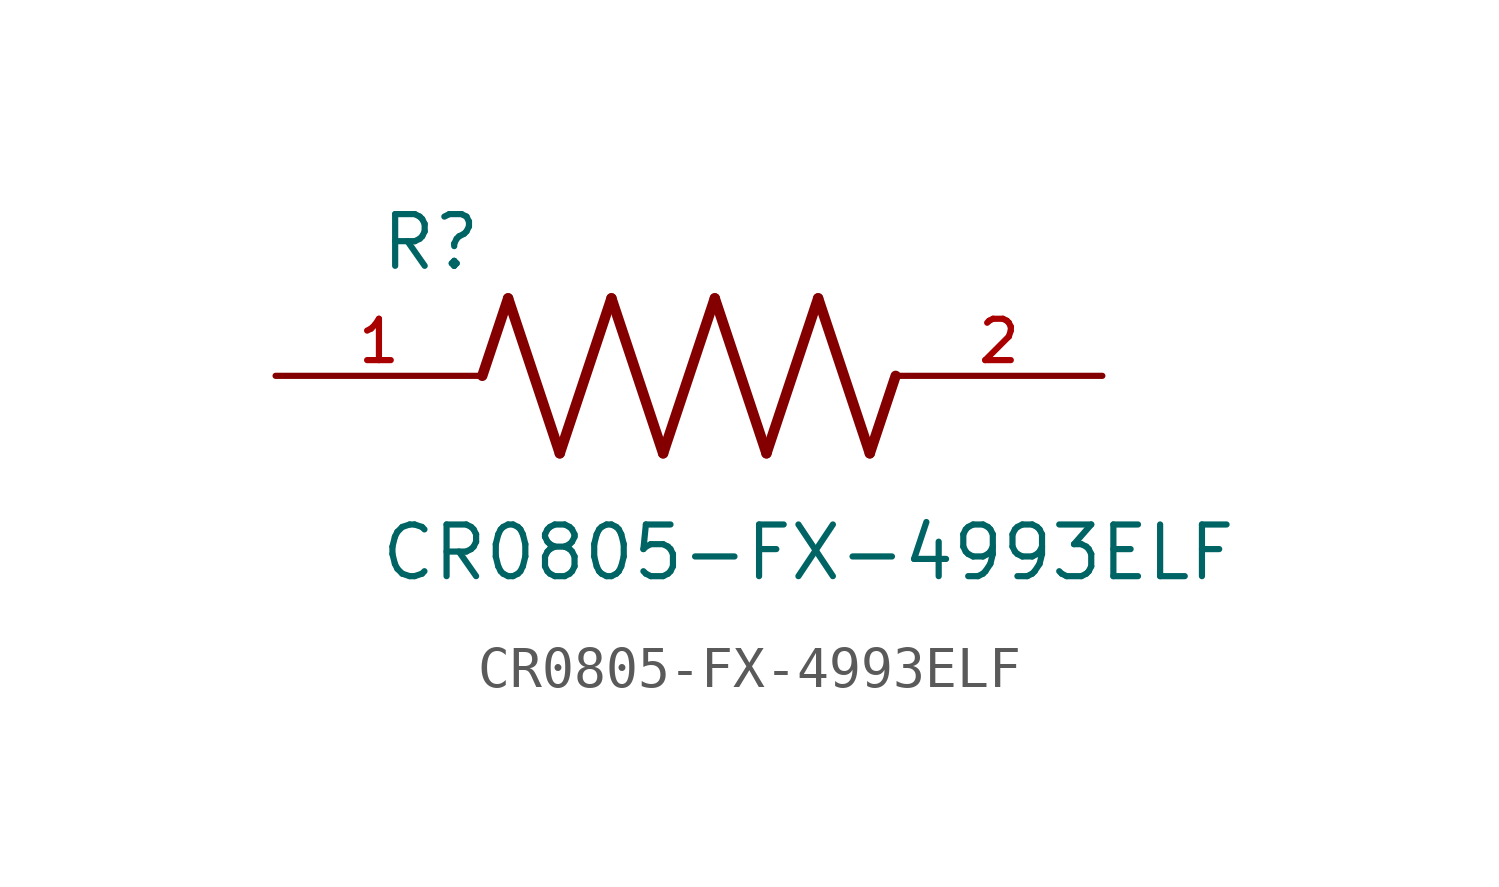
<source format=kicad_sym>
(kicad_symbol_lib
  (version 20211014)
  (generator kicad_symbol_editor)
  (symbol "CR0805-FX-4993ELF"
    (pin_names
      (offset 1.016))
    (property "Reference" "R"
      (at -7.624 2.541 0)
      (effects (font (size 1.27 1.27)) (justify bottom left)))
    (property "Value" "CR0805-FX-4993ELF"
      (at -7.63 -5.087 0)
      (effects (font (size 1.27 1.27)) (justify bottom left)))
    (symbol "CR0805-FX-4993ELF_0_0"
      (polyline (pts (xy -5.08 0.0) (xy -4.445 1.905)) (stroke (width 0.254)))
      (polyline (pts (xy -4.445 1.905) (xy -3.175 -1.905)) (stroke (width 0.254)))
      (polyline (pts (xy -3.175 -1.905) (xy -1.905 1.905)) (stroke (width 0.254)))
      (polyline (pts (xy -1.905 1.905) (xy -0.635 -1.905)) (stroke (width 0.254)))
      (polyline (pts (xy -0.635 -1.905) (xy 0.635 1.905)) (stroke (width 0.254)))
      (polyline (pts (xy 0.635 1.905) (xy 1.905 -1.905)) (stroke (width 0.254)))
      (polyline (pts (xy 1.905 -1.905) (xy 3.175 1.905)) (stroke (width 0.254)))
      (polyline (pts (xy 3.175 1.905) (xy 4.445 -1.905)) (stroke (width 0.254)))
      (polyline (pts (xy 4.445 -1.905) (xy 5.08 0.0)) (stroke (width 0.254)))
      (pin passive line (at -10.16 0.0 0) (length 5.08) (name "~" (effects (font (size 1.016 1.016)))) (number "1" (effects (font (size 1.016 1.016)))))
      (pin passive line (at 10.16 0.0 180.0) (length 5.08) (name "~" (effects (font (size 1.016 1.016)))) (number "2" (effects (font (size 1.016 1.016))))))))
</source>
